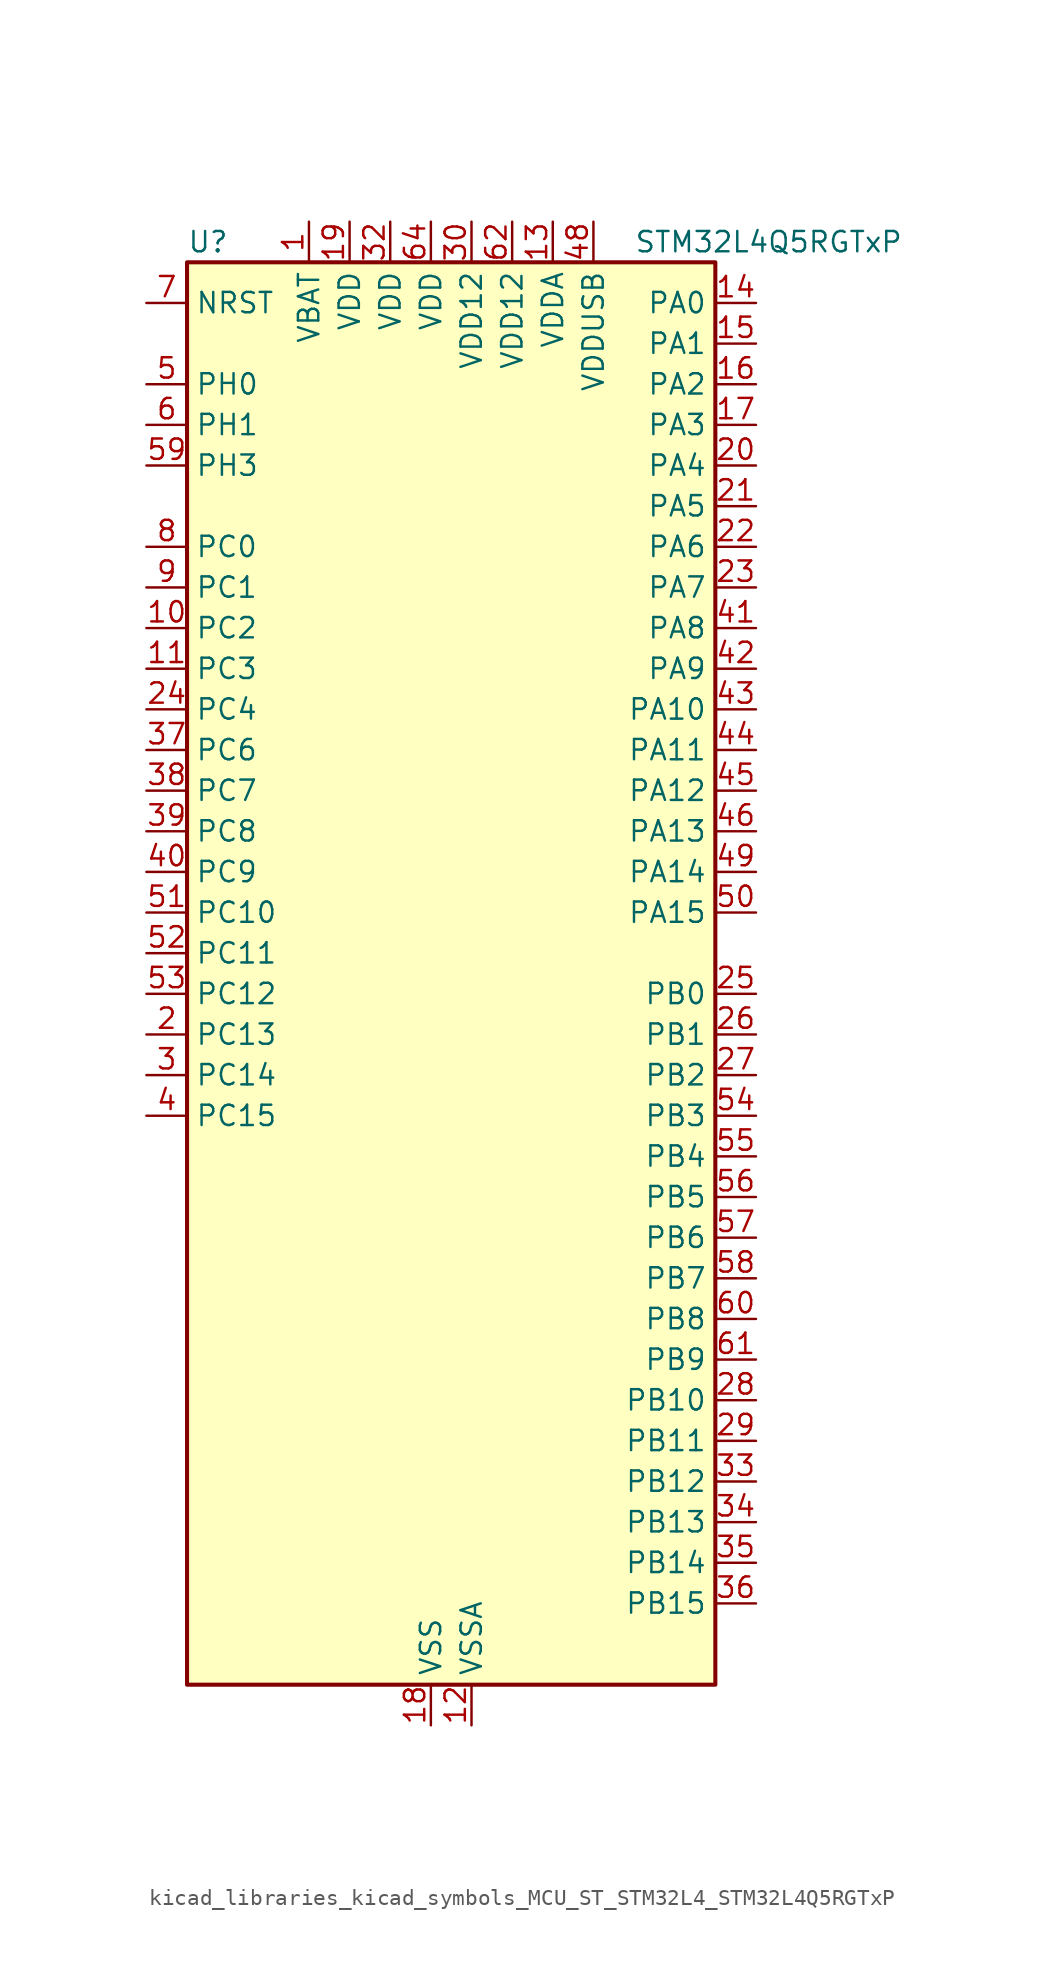
<source format=kicad_sym>
(kicad_symbol_lib
  (version 20220914)
  (generator kicad_symbol_editor)
  (symbol "kicad_libraries_kicad_symbols_MCU_ST_STM32L4_STM32L4Q5RGTxP"
    (property "Reference" "U"
      (at -15.24 46.99 0)
      (effects (font (size 1.27 1.27)) (justify left)))
    (property "Value" "STM32L4Q5RGTxP"
      (at 12.7 46.99 0)
      (effects (font (size 1.27 1.27)) (justify left)))
    (property "ki_locked" ""
      (at 0 0 0)
      (effects (font (size 1.27 1.27))))
    (symbol "kicad_libraries_kicad_symbols_MCU_ST_STM32L4_STM32L4Q5RGTxP_0_1"
      (rectangle (start -15.24 -43.18) (end 17.78 45.72) (stroke (width 0.254) (type default)) (fill (type background))))
    (symbol "kicad_libraries_kicad_symbols_MCU_ST_STM32L4_STM32L4Q5RGTxP_1_1"
      (pin power_in line (at -7.62 48.26 270) (length 2.54) (name "VBAT" (effects (font (size 1.27 1.27)))) (number "1" (effects (font (size 1.27 1.27)))))
      (pin bidirectional line (at -17.78 22.86 0) (length 2.54) (name "PC2" (effects (font (size 1.27 1.27)))) (number "10" (effects (font (size 1.27 1.27)))) (alternate "ADC1_IN3" bidirectional line) (alternate "ADC2_IN3" bidirectional line) (alternate "DFSDM1_CKOUT" bidirectional line) (alternate "LPTIM1_IN2" bidirectional line) (alternate "LTDC_HSYNC" bidirectional line) (alternate "OCTOSPIM_P1_IO5" bidirectional line) (alternate "SPI2_MISO" bidirectional line))
      (pin bidirectional line (at -17.78 20.32 0) (length 2.54) (name "PC3" (effects (font (size 1.27 1.27)))) (number "11" (effects (font (size 1.27 1.27)))) (alternate "ADC1_IN4" bidirectional line) (alternate "ADC2_IN4" bidirectional line) (alternate "LPTIM1_ETR" bidirectional line) (alternate "LPTIM2_ETR" bidirectional line) (alternate "OCTOSPIM_P1_IO6" bidirectional line) (alternate "SAI1_D1" bidirectional line) (alternate "SAI1_SD_A" bidirectional line) (alternate "SPI2_MOSI" bidirectional line))
      (pin power_in line (at 2.54 -45.72 90) (length 2.54) (name "VSSA" (effects (font (size 1.27 1.27)))) (number "12" (effects (font (size 1.27 1.27)))))
      (pin power_in line (at 7.62 48.26 270) (length 2.54) (name "VDDA" (effects (font (size 1.27 1.27)))) (number "13" (effects (font (size 1.27 1.27)))))
      (pin bidirectional line (at 20.32 43.18 180) (length 2.54) (name "PA0" (effects (font (size 1.27 1.27)))) (number "14" (effects (font (size 1.27 1.27)))) (alternate "ADC1_IN5" bidirectional line) (alternate "ADC2_IN5" bidirectional line) (alternate "OPAMP1_VINP" bidirectional line) (alternate "RTC_TAMP2" bidirectional line) (alternate "SAI1_EXTCLK" bidirectional line) (alternate "SYS_WKUP1" bidirectional line) (alternate "TIM2_CH1" bidirectional line) (alternate "TIM2_ETR" bidirectional line) (alternate "TIM5_CH1" bidirectional line) (alternate "TIM8_ETR" bidirectional line) (alternate "UART4_TX" bidirectional line) (alternate "USART2_CTS" bidirectional line) (alternate "USART2_NSS" bidirectional line))
      (pin bidirectional line (at 20.32 40.64 180) (length 2.54) (name "PA1" (effects (font (size 1.27 1.27)))) (number "15" (effects (font (size 1.27 1.27)))) (alternate "ADC1_IN6" bidirectional line) (alternate "ADC2_IN6" bidirectional line) (alternate "I2C1_SMBA" bidirectional line) (alternate "OCTOSPIM_P1_DQS" bidirectional line) (alternate "OPAMP1_VINM" bidirectional line) (alternate "SDMMC2_CMD" bidirectional line) (alternate "SPI1_SCK" bidirectional line) (alternate "TIM15_CH1N" bidirectional line) (alternate "TIM2_CH2" bidirectional line) (alternate "TIM5_CH2" bidirectional line) (alternate "UART4_RX" bidirectional line) (alternate "USART2_DE" bidirectional line) (alternate "USART2_RTS" bidirectional line))
      (pin bidirectional line (at 20.32 38.1 180) (length 2.54) (name "PA2" (effects (font (size 1.27 1.27)))) (number "16" (effects (font (size 1.27 1.27)))) (alternate "ADC1_IN7" bidirectional line) (alternate "ADC2_IN7" bidirectional line) (alternate "LPUART1_TX" bidirectional line) (alternate "OCTOSPIM_P1_NCS" bidirectional line) (alternate "RCC_LSCO" bidirectional line) (alternate "SAI2_EXTCLK" bidirectional line) (alternate "SYS_WKUP4" bidirectional line) (alternate "TIM15_CH1" bidirectional line) (alternate "TIM2_CH3" bidirectional line) (alternate "TIM5_CH3" bidirectional line) (alternate "USART2_TX" bidirectional line))
      (pin bidirectional line (at 20.32 35.56 180) (length 2.54) (name "PA3" (effects (font (size 1.27 1.27)))) (number "17" (effects (font (size 1.27 1.27)))) (alternate "ADC1_IN8" bidirectional line) (alternate "ADC2_IN8" bidirectional line) (alternate "LPUART1_RX" bidirectional line) (alternate "OCTOSPIM_P1_CLK" bidirectional line) (alternate "OPAMP1_VOUT" bidirectional line) (alternate "SAI1_CK1" bidirectional line) (alternate "SAI1_MCLK_A" bidirectional line) (alternate "TIM15_CH2" bidirectional line) (alternate "TIM2_CH4" bidirectional line) (alternate "TIM5_CH4" bidirectional line) (alternate "USART2_RX" bidirectional line))
      (pin power_in line (at 0 -45.72 90) (length 2.54) (name "VSS" (effects (font (size 1.27 1.27)))) (number "18" (effects (font (size 1.27 1.27)))))
      (pin power_in line (at -5.08 48.26 270) (length 2.54) (name "VDD" (effects (font (size 1.27 1.27)))) (number "19" (effects (font (size 1.27 1.27)))))
      (pin bidirectional line (at -17.78 -2.54 0) (length 2.54) (name "PC13" (effects (font (size 1.27 1.27)))) (number "2" (effects (font (size 1.27 1.27)))) (alternate "RTC_OUT1" bidirectional line) (alternate "RTC_TAMP1" bidirectional line) (alternate "RTC_TS" bidirectional line) (alternate "SYS_WKUP2" bidirectional line))
      (pin bidirectional line (at 20.32 33.02 180) (length 2.54) (name "PA4" (effects (font (size 1.27 1.27)))) (number "20" (effects (font (size 1.27 1.27)))) (alternate "ADC1_IN9" bidirectional line) (alternate "ADC2_IN9" bidirectional line) (alternate "DAC1_OUT1" bidirectional line) (alternate "DCMI_HSYNC" bidirectional line) (alternate "LPTIM2_OUT" bidirectional line) (alternate "LTDC_CLK" bidirectional line) (alternate "OCTOSPIM_P1_NCS" bidirectional line) (alternate "PSSI_DE" bidirectional line) (alternate "SAI1_FS_B" bidirectional line) (alternate "SPI1_NSS" bidirectional line) (alternate "SPI3_NSS" bidirectional line) (alternate "USART2_CK" bidirectional line))
      (pin bidirectional line (at 20.32 30.48 180) (length 2.54) (name "PA5" (effects (font (size 1.27 1.27)))) (number "21" (effects (font (size 1.27 1.27)))) (alternate "ADC1_IN10" bidirectional line) (alternate "ADC2_IN10" bidirectional line) (alternate "DAC1_OUT2" bidirectional line) (alternate "LPTIM2_ETR" bidirectional line) (alternate "LTDC_R7" bidirectional line) (alternate "PSSI_D14" bidirectional line) (alternate "SPI1_SCK" bidirectional line) (alternate "TIM2_CH1" bidirectional line) (alternate "TIM2_ETR" bidirectional line) (alternate "TIM8_CH1N" bidirectional line))
      (pin bidirectional line (at 20.32 27.94 180) (length 2.54) (name "PA6" (effects (font (size 1.27 1.27)))) (number "22" (effects (font (size 1.27 1.27)))) (alternate "ADC1_IN11" bidirectional line) (alternate "ADC2_IN11" bidirectional line) (alternate "DCMI_PIXCLK" bidirectional line) (alternate "LPUART1_CTS" bidirectional line) (alternate "OCTOSPIM_P1_IO3" bidirectional line) (alternate "OPAMP2_VINP" bidirectional line) (alternate "PSSI_PDCK" bidirectional line) (alternate "SPI1_MISO" bidirectional line) (alternate "TIM16_CH1" bidirectional line) (alternate "TIM1_BKIN" bidirectional line) (alternate "TIM3_CH1" bidirectional line) (alternate "TIM8_BKIN" bidirectional line) (alternate "USART3_CTS" bidirectional line) (alternate "USART3_NSS" bidirectional line))
      (pin bidirectional line (at 20.32 25.4 180) (length 2.54) (name "PA7" (effects (font (size 1.27 1.27)))) (number "23" (effects (font (size 1.27 1.27)))) (alternate "ADC1_IN12" bidirectional line) (alternate "ADC2_IN12" bidirectional line) (alternate "I2C3_SCL" bidirectional line) (alternate "OCTOSPIM_P1_IO2" bidirectional line) (alternate "OPAMP2_VINM" bidirectional line) (alternate "SPI1_MOSI" bidirectional line) (alternate "TIM17_CH1" bidirectional line) (alternate "TIM1_CH1N" bidirectional line) (alternate "TIM3_CH2" bidirectional line) (alternate "TIM8_CH1N" bidirectional line))
      (pin bidirectional line (at -17.78 17.78 0) (length 2.54) (name "PC4" (effects (font (size 1.27 1.27)))) (number "24" (effects (font (size 1.27 1.27)))) (alternate "ADC1_IN13" bidirectional line) (alternate "ADC2_IN13" bidirectional line) (alternate "COMP1_INM" bidirectional line) (alternate "OCTOSPIM_P1_IO7" bidirectional line) (alternate "OCTOSPIM_P2_NCS" bidirectional line) (alternate "USART3_TX" bidirectional line))
      (pin bidirectional line (at 20.32 0 180) (length 2.54) (name "PB0" (effects (font (size 1.27 1.27)))) (number "25" (effects (font (size 1.27 1.27)))) (alternate "ADC1_IN15" bidirectional line) (alternate "ADC2_IN15" bidirectional line) (alternate "COMP1_OUT" bidirectional line) (alternate "LTDC_B6" bidirectional line) (alternate "OCTOSPIM_P1_IO1" bidirectional line) (alternate "OPAMP2_VOUT" bidirectional line) (alternate "SAI1_EXTCLK" bidirectional line) (alternate "SPI1_NSS" bidirectional line) (alternate "TIM1_CH2N" bidirectional line) (alternate "TIM3_CH3" bidirectional line) (alternate "TIM8_CH2N" bidirectional line) (alternate "USART3_CK" bidirectional line))
      (pin bidirectional line (at 20.32 -2.54 180) (length 2.54) (name "PB1" (effects (font (size 1.27 1.27)))) (number "26" (effects (font (size 1.27 1.27)))) (alternate "ADC1_IN16" bidirectional line) (alternate "ADC2_IN16" bidirectional line) (alternate "COMP1_INM" bidirectional line) (alternate "DFSDM1_DATIN0" bidirectional line) (alternate "LPTIM2_IN1" bidirectional line) (alternate "LPUART1_DE" bidirectional line) (alternate "LPUART1_RTS" bidirectional line) (alternate "LTDC_G6" bidirectional line) (alternate "OCTOSPIM_P1_IO0" bidirectional line) (alternate "TIM1_CH3N" bidirectional line) (alternate "TIM3_CH4" bidirectional line) (alternate "TIM8_CH3N" bidirectional line) (alternate "USART3_DE" bidirectional line) (alternate "USART3_RTS" bidirectional line))
      (pin bidirectional line (at 20.32 -5.08 180) (length 2.54) (name "PB2" (effects (font (size 1.27 1.27)))) (number "27" (effects (font (size 1.27 1.27)))) (alternate "COMP1_INP" bidirectional line) (alternate "DFSDM1_CKIN0" bidirectional line) (alternate "I2C3_SMBA" bidirectional line) (alternate "LPTIM1_OUT" bidirectional line) (alternate "OCTOSPIM_P1_DQS" bidirectional line) (alternate "RTC_OUT2" bidirectional line))
      (pin bidirectional line (at 20.32 -25.4 180) (length 2.54) (name "PB10" (effects (font (size 1.27 1.27)))) (number "28" (effects (font (size 1.27 1.27)))) (alternate "COMP1_OUT" bidirectional line) (alternate "I2C2_SCL" bidirectional line) (alternate "I2C4_SCL" bidirectional line) (alternate "LPUART1_RX" bidirectional line) (alternate "OCTOSPIM_P1_CLK" bidirectional line) (alternate "OCTOSPIM_P1_IO3" bidirectional line) (alternate "SAI1_SCK_A" bidirectional line) (alternate "SPI2_SCK" bidirectional line) (alternate "TIM2_CH3" bidirectional line) (alternate "TSC_SYNC" bidirectional line) (alternate "USART3_TX" bidirectional line))
      (pin bidirectional line (at 20.32 -27.94 180) (length 2.54) (name "PB11" (effects (font (size 1.27 1.27)))) (number "29" (effects (font (size 1.27 1.27)))) (alternate "ADC1_EXTI11" bidirectional line) (alternate "ADC2_EXTI11" bidirectional line) (alternate "COMP2_OUT" bidirectional line) (alternate "I2C2_SDA" bidirectional line) (alternate "I2C4_SDA" bidirectional line) (alternate "LPUART1_TX" bidirectional line) (alternate "LTDC_VSYNC" bidirectional line) (alternate "OCTOSPIM_P1_NCS" bidirectional line) (alternate "TIM2_CH4" bidirectional line) (alternate "USART3_RX" bidirectional line))
      (pin bidirectional line (at -17.78 -5.08 0) (length 2.54) (name "PC14" (effects (font (size 1.27 1.27)))) (number "3" (effects (font (size 1.27 1.27)))) (alternate "RCC_OSC32_IN" bidirectional line))
      (pin power_in line (at 2.54 48.26 270) (length 2.54) (name "VDD12" (effects (font (size 1.27 1.27)))) (number "30" (effects (font (size 1.27 1.27)))))
      (pin passive line (at 0 -45.72 90) (length 2.54) hide (name "VSS" (effects (font (size 1.27 1.27)))) (number "31" (effects (font (size 1.27 1.27)))))
      (pin power_in line (at -2.54 48.26 270) (length 2.54) (name "VDD" (effects (font (size 1.27 1.27)))) (number "32" (effects (font (size 1.27 1.27)))))
      (pin bidirectional line (at 20.32 -30.48 180) (length 2.54) (name "PB12" (effects (font (size 1.27 1.27)))) (number "33" (effects (font (size 1.27 1.27)))) (alternate "DFSDM1_DATIN1" bidirectional line) (alternate "I2C2_SMBA" bidirectional line) (alternate "LPUART1_DE" bidirectional line) (alternate "LPUART1_RTS" bidirectional line) (alternate "OCTOSPIM_P1_NCLK" bidirectional line) (alternate "SAI2_FS_A" bidirectional line) (alternate "SDMMC2_CK" bidirectional line) (alternate "SPI2_NSS" bidirectional line) (alternate "TIM15_BKIN" bidirectional line) (alternate "TIM1_BKIN" bidirectional line) (alternate "TSC_G1_IO1" bidirectional line) (alternate "USART3_CK" bidirectional line))
      (pin bidirectional line (at 20.32 -33.02 180) (length 2.54) (name "PB13" (effects (font (size 1.27 1.27)))) (number "34" (effects (font (size 1.27 1.27)))) (alternate "DFSDM1_CKIN1" bidirectional line) (alternate "I2C2_SCL" bidirectional line) (alternate "LPUART1_CTS" bidirectional line) (alternate "OCTOSPIM_P1_IO1" bidirectional line) (alternate "SAI2_SCK_A" bidirectional line) (alternate "SPI2_SCK" bidirectional line) (alternate "TIM15_CH1N" bidirectional line) (alternate "TIM1_CH1N" bidirectional line) (alternate "TSC_G1_IO2" bidirectional line) (alternate "USART3_CTS" bidirectional line) (alternate "USART3_NSS" bidirectional line))
      (pin bidirectional line (at 20.32 -35.56 180) (length 2.54) (name "PB14" (effects (font (size 1.27 1.27)))) (number "35" (effects (font (size 1.27 1.27)))) (alternate "DFSDM1_DATIN2" bidirectional line) (alternate "I2C2_SDA" bidirectional line) (alternate "OCTOSPIM_P1_IO6" bidirectional line) (alternate "SAI2_MCLK_A" bidirectional line) (alternate "SDMMC2_D0" bidirectional line) (alternate "SPI2_MISO" bidirectional line) (alternate "TIM15_CH1" bidirectional line) (alternate "TIM1_CH2N" bidirectional line) (alternate "TIM8_CH2N" bidirectional line) (alternate "TSC_G1_IO3" bidirectional line) (alternate "USART3_DE" bidirectional line) (alternate "USART3_RTS" bidirectional line))
      (pin bidirectional line (at 20.32 -38.1 180) (length 2.54) (name "PB15" (effects (font (size 1.27 1.27)))) (number "36" (effects (font (size 1.27 1.27)))) (alternate "ADC1_EXTI15" bidirectional line) (alternate "ADC2_EXTI15" bidirectional line) (alternate "DFSDM1_CKIN2" bidirectional line) (alternate "OCTOSPIM_P1_IO7" bidirectional line) (alternate "RTC_REFIN" bidirectional line) (alternate "SAI2_SD_A" bidirectional line) (alternate "SDMMC2_D1" bidirectional line) (alternate "SPI2_MOSI" bidirectional line) (alternate "TIM15_CH2" bidirectional line) (alternate "TIM1_CH3N" bidirectional line) (alternate "TIM8_CH3N" bidirectional line) (alternate "TSC_G1_IO4" bidirectional line))
      (pin bidirectional line (at -17.78 15.24 0) (length 2.54) (name "PC6" (effects (font (size 1.27 1.27)))) (number "37" (effects (font (size 1.27 1.27)))) (alternate "DCMI_D0" bidirectional line) (alternate "DFSDM1_CKIN3" bidirectional line) (alternate "LTDC_G7" bidirectional line) (alternate "PSSI_D0" bidirectional line) (alternate "SAI2_MCLK_A" bidirectional line) (alternate "SDMMC1_D0DIR" bidirectional line) (alternate "SDMMC1_D6" bidirectional line) (alternate "SDMMC2_D6" bidirectional line) (alternate "TIM3_CH1" bidirectional line) (alternate "TIM8_CH1" bidirectional line) (alternate "TSC_G4_IO1" bidirectional line))
      (pin bidirectional line (at -17.78 12.7 0) (length 2.54) (name "PC7" (effects (font (size 1.27 1.27)))) (number "38" (effects (font (size 1.27 1.27)))) (alternate "DCMI_D1" bidirectional line) (alternate "DFSDM1_DATIN3" bidirectional line) (alternate "LTDC_B6" bidirectional line) (alternate "PSSI_D1" bidirectional line) (alternate "SAI2_MCLK_B" bidirectional line) (alternate "SDMMC1_D123DIR" bidirectional line) (alternate "SDMMC1_D7" bidirectional line) (alternate "SDMMC2_D7" bidirectional line) (alternate "TIM3_CH2" bidirectional line) (alternate "TIM8_CH2" bidirectional line) (alternate "TSC_G4_IO2" bidirectional line))
      (pin bidirectional line (at -17.78 10.16 0) (length 2.54) (name "PC8" (effects (font (size 1.27 1.27)))) (number "39" (effects (font (size 1.27 1.27)))) (alternate "DCMI_D2" bidirectional line) (alternate "PSSI_D2" bidirectional line) (alternate "SDMMC1_D0" bidirectional line) (alternate "TIM3_CH3" bidirectional line) (alternate "TIM8_CH3" bidirectional line) (alternate "TSC_G4_IO3" bidirectional line))
      (pin bidirectional line (at -17.78 -7.62 0) (length 2.54) (name "PC15" (effects (font (size 1.27 1.27)))) (number "4" (effects (font (size 1.27 1.27)))) (alternate "ADC1_EXTI15" bidirectional line) (alternate "ADC2_EXTI15" bidirectional line) (alternate "RCC_OSC32_OUT" bidirectional line))
      (pin bidirectional line (at -17.78 7.62 0) (length 2.54) (name "PC9" (effects (font (size 1.27 1.27)))) (number "40" (effects (font (size 1.27 1.27)))) (alternate "DAC1_EXTI9" bidirectional line) (alternate "DCMI_D3" bidirectional line) (alternate "I2C3_SDA" bidirectional line) (alternate "PSSI_D3" bidirectional line) (alternate "SAI2_EXTCLK" bidirectional line) (alternate "SDMMC1_D1" bidirectional line) (alternate "SYS_TRACED0" bidirectional line) (alternate "TIM3_CH4" bidirectional line) (alternate "TIM8_BKIN2" bidirectional line) (alternate "TIM8_CH4" bidirectional line) (alternate "TSC_G4_IO4" bidirectional line) (alternate "USB_OTG_FS_NOE" bidirectional line))
      (pin bidirectional line (at 20.32 22.86 180) (length 2.54) (name "PA8" (effects (font (size 1.27 1.27)))) (number "41" (effects (font (size 1.27 1.27)))) (alternate "LPTIM2_OUT" bidirectional line) (alternate "LTDC_B7" bidirectional line) (alternate "RCC_MCO" bidirectional line) (alternate "SAI1_CK2" bidirectional line) (alternate "SAI1_SCK_A" bidirectional line) (alternate "TIM1_CH1" bidirectional line) (alternate "USART1_CK" bidirectional line) (alternate "USB_OTG_FS_SOF" bidirectional line))
      (pin bidirectional line (at 20.32 20.32 180) (length 2.54) (name "PA9" (effects (font (size 1.27 1.27)))) (number "42" (effects (font (size 1.27 1.27)))) (alternate "DAC1_EXTI9" bidirectional line) (alternate "DCMI_D0" bidirectional line) (alternate "LTDC_G7" bidirectional line) (alternate "PSSI_D0" bidirectional line) (alternate "SAI1_FS_A" bidirectional line) (alternate "SPI2_SCK" bidirectional line) (alternate "TIM15_BKIN" bidirectional line) (alternate "TIM1_CH2" bidirectional line) (alternate "USART1_TX" bidirectional line) (alternate "USB_OTG_FS_VBUS" bidirectional line))
      (pin bidirectional line (at 20.32 17.78 180) (length 2.54) (name "PA10" (effects (font (size 1.27 1.27)))) (number "43" (effects (font (size 1.27 1.27)))) (alternate "DCMI_D1" bidirectional line) (alternate "LTDC_G6" bidirectional line) (alternate "PSSI_D1" bidirectional line) (alternate "SAI1_D1" bidirectional line) (alternate "SAI1_SD_A" bidirectional line) (alternate "TIM17_BKIN" bidirectional line) (alternate "TIM1_CH3" bidirectional line) (alternate "USART1_RX" bidirectional line) (alternate "USB_OTG_FS_ID" bidirectional line))
      (pin bidirectional line (at 20.32 15.24 180) (length 2.54) (name "PA11" (effects (font (size 1.27 1.27)))) (number "44" (effects (font (size 1.27 1.27)))) (alternate "ADC1_EXTI11" bidirectional line) (alternate "ADC2_EXTI11" bidirectional line) (alternate "CAN1_RX" bidirectional line) (alternate "LTDC_DE" bidirectional line) (alternate "SPI1_MISO" bidirectional line) (alternate "TIM1_BKIN2" bidirectional line) (alternate "TIM1_CH4" bidirectional line) (alternate "USART1_CTS" bidirectional line) (alternate "USART1_NSS" bidirectional line) (alternate "USB_OTG_FS_DM" bidirectional line))
      (pin bidirectional line (at 20.32 12.7 180) (length 2.54) (name "PA12" (effects (font (size 1.27 1.27)))) (number "45" (effects (font (size 1.27 1.27)))) (alternate "CAN1_TX" bidirectional line) (alternate "LTDC_VSYNC" bidirectional line) (alternate "OCTOSPIM_P2_NCS" bidirectional line) (alternate "SPI1_MOSI" bidirectional line) (alternate "TIM1_ETR" bidirectional line) (alternate "USART1_DE" bidirectional line) (alternate "USART1_RTS" bidirectional line) (alternate "USB_OTG_FS_DP" bidirectional line))
      (pin bidirectional line (at 20.32 10.16 180) (length 2.54) (name "PA13" (effects (font (size 1.27 1.27)))) (number "46" (effects (font (size 1.27 1.27)))) (alternate "IR_OUT" bidirectional line) (alternate "SAI1_SD_B" bidirectional line) (alternate "SYS_JTMS-SWDIO" bidirectional line) (alternate "USB_OTG_FS_NOE" bidirectional line))
      (pin passive line (at 0 -45.72 90) (length 2.54) hide (name "VSS" (effects (font (size 1.27 1.27)))) (number "47" (effects (font (size 1.27 1.27)))))
      (pin power_in line (at 10.16 48.26 270) (length 2.54) (name "VDDUSB" (effects (font (size 1.27 1.27)))) (number "48" (effects (font (size 1.27 1.27)))))
      (pin bidirectional line (at 20.32 7.62 180) (length 2.54) (name "PA14" (effects (font (size 1.27 1.27)))) (number "49" (effects (font (size 1.27 1.27)))) (alternate "I2C1_SMBA" bidirectional line) (alternate "I2C4_SMBA" bidirectional line) (alternate "LPTIM1_OUT" bidirectional line) (alternate "SAI1_FS_B" bidirectional line) (alternate "SYS_JTCK-SWCLK" bidirectional line) (alternate "USB_OTG_FS_SOF" bidirectional line))
      (pin bidirectional line (at -17.78 38.1 0) (length 2.54) (name "PH0" (effects (font (size 1.27 1.27)))) (number "5" (effects (font (size 1.27 1.27)))) (alternate "RCC_OSC_IN" bidirectional line))
      (pin bidirectional line (at 20.32 5.08 180) (length 2.54) (name "PA15" (effects (font (size 1.27 1.27)))) (number "50" (effects (font (size 1.27 1.27)))) (alternate "ADC1_EXTI15" bidirectional line) (alternate "ADC2_EXTI15" bidirectional line) (alternate "LTDC_HSYNC" bidirectional line) (alternate "SAI2_FS_B" bidirectional line) (alternate "SPI1_NSS" bidirectional line) (alternate "SPI3_NSS" bidirectional line) (alternate "SYS_JTDI" bidirectional line) (alternate "TIM2_CH1" bidirectional line) (alternate "TIM2_ETR" bidirectional line) (alternate "TSC_G3_IO1" bidirectional line) (alternate "UART4_DE" bidirectional line) (alternate "UART4_RTS" bidirectional line) (alternate "USART2_RX" bidirectional line) (alternate "USART3_DE" bidirectional line) (alternate "USART3_RTS" bidirectional line))
      (pin bidirectional line (at -17.78 5.08 0) (length 2.54) (name "PC10" (effects (font (size 1.27 1.27)))) (number "51" (effects (font (size 1.27 1.27)))) (alternate "DCMI_D8" bidirectional line) (alternate "DCMI_VSYNC" bidirectional line) (alternate "PSSI_D8" bidirectional line) (alternate "PSSI_RDY" bidirectional line) (alternate "SAI2_SCK_B" bidirectional line) (alternate "SDMMC1_D2" bidirectional line) (alternate "SPI3_SCK" bidirectional line) (alternate "SYS_TRACED1" bidirectional line) (alternate "TSC_G3_IO2" bidirectional line) (alternate "UART4_TX" bidirectional line) (alternate "USART3_TX" bidirectional line))
      (pin bidirectional line (at -17.78 2.54 0) (length 2.54) (name "PC11" (effects (font (size 1.27 1.27)))) (number "52" (effects (font (size 1.27 1.27)))) (alternate "ADC1_EXTI11" bidirectional line) (alternate "ADC2_EXTI11" bidirectional line) (alternate "DCMI_D2" bidirectional line) (alternate "DCMI_D4" bidirectional line) (alternate "OCTOSPIM_P1_NCS" bidirectional line) (alternate "PSSI_D2" bidirectional line) (alternate "PSSI_D4" bidirectional line) (alternate "SAI2_MCLK_B" bidirectional line) (alternate "SDMMC1_D3" bidirectional line) (alternate "SPI3_MISO" bidirectional line) (alternate "TSC_G3_IO3" bidirectional line) (alternate "UART4_RX" bidirectional line) (alternate "USART3_RX" bidirectional line))
      (pin bidirectional line (at -17.78 0 0) (length 2.54) (name "PC12" (effects (font (size 1.27 1.27)))) (number "53" (effects (font (size 1.27 1.27)))) (alternate "DCMI_D9" bidirectional line) (alternate "LTDC_R6" bidirectional line) (alternate "PSSI_D9" bidirectional line) (alternate "SAI2_SD_B" bidirectional line) (alternate "SDMMC1_CK" bidirectional line) (alternate "SPI3_MOSI" bidirectional line) (alternate "SYS_TRACED3" bidirectional line) (alternate "TSC_G3_IO4" bidirectional line) (alternate "USART3_CK" bidirectional line))
      (pin bidirectional line (at 20.32 -7.62 180) (length 2.54) (name "PB3" (effects (font (size 1.27 1.27)))) (number "54" (effects (font (size 1.27 1.27)))) (alternate "COMP2_INM" bidirectional line) (alternate "CRS_SYNC" bidirectional line) (alternate "OCTOSPIM_P1_IO4" bidirectional line) (alternate "SAI1_SCK_B" bidirectional line) (alternate "SDMMC2_D2" bidirectional line) (alternate "SPI1_SCK" bidirectional line) (alternate "SPI3_SCK" bidirectional line) (alternate "SYS_JTDO-SWO" bidirectional line) (alternate "TIM2_CH2" bidirectional line) (alternate "USART1_DE" bidirectional line) (alternate "USART1_RTS" bidirectional line))
      (pin bidirectional line (at 20.32 -10.16 180) (length 2.54) (name "PB4" (effects (font (size 1.27 1.27)))) (number "55" (effects (font (size 1.27 1.27)))) (alternate "COMP2_INP" bidirectional line) (alternate "DCMI_D12" bidirectional line) (alternate "I2C3_SDA" bidirectional line) (alternate "OCTOSPIM_P1_IO5" bidirectional line) (alternate "PSSI_D12" bidirectional line) (alternate "SAI1_MCLK_B" bidirectional line) (alternate "SDMMC2_D3" bidirectional line) (alternate "SPI1_MISO" bidirectional line) (alternate "SPI3_MISO" bidirectional line) (alternate "SYS_JTRST" bidirectional line) (alternate "TIM17_BKIN" bidirectional line) (alternate "TIM3_CH1" bidirectional line) (alternate "TSC_G2_IO1" bidirectional line) (alternate "USART1_CTS" bidirectional line) (alternate "USART1_NSS" bidirectional line))
      (pin bidirectional line (at 20.32 -12.7 180) (length 2.54) (name "PB5" (effects (font (size 1.27 1.27)))) (number "56" (effects (font (size 1.27 1.27)))) (alternate "COMP2_OUT" bidirectional line) (alternate "DCMI_D10" bidirectional line) (alternate "I2C1_SMBA" bidirectional line) (alternate "LPTIM1_IN1" bidirectional line) (alternate "OCTOSPIM_P1_IO0" bidirectional line) (alternate "PSSI_D10" bidirectional line) (alternate "SAI1_SD_B" bidirectional line) (alternate "SPI1_MOSI" bidirectional line) (alternate "SPI3_MOSI" bidirectional line) (alternate "TIM16_BKIN" bidirectional line) (alternate "TIM3_CH2" bidirectional line) (alternate "TSC_G2_IO2" bidirectional line) (alternate "USART1_CK" bidirectional line))
      (pin bidirectional line (at 20.32 -15.24 180) (length 2.54) (name "PB6" (effects (font (size 1.27 1.27)))) (number "57" (effects (font (size 1.27 1.27)))) (alternate "COMP2_INP" bidirectional line) (alternate "DCMI_D5" bidirectional line) (alternate "I2C1_SCL" bidirectional line) (alternate "I2C4_SCL" bidirectional line) (alternate "LPTIM1_ETR" bidirectional line) (alternate "LTDC_R6" bidirectional line) (alternate "PSSI_D5" bidirectional line) (alternate "SAI1_FS_B" bidirectional line) (alternate "TIM16_CH1N" bidirectional line) (alternate "TIM4_CH1" bidirectional line) (alternate "TIM8_BKIN2" bidirectional line) (alternate "TSC_G2_IO3" bidirectional line) (alternate "USART1_TX" bidirectional line))
      (pin bidirectional line (at 20.32 -17.78 180) (length 2.54) (name "PB7" (effects (font (size 1.27 1.27)))) (number "58" (effects (font (size 1.27 1.27)))) (alternate "COMP2_INM" bidirectional line) (alternate "DCMI_VSYNC" bidirectional line) (alternate "I2C1_SDA" bidirectional line) (alternate "I2C4_SDA" bidirectional line) (alternate "LPTIM1_IN2" bidirectional line) (alternate "LTDC_VSYNC" bidirectional line) (alternate "PSSI_RDY" bidirectional line) (alternate "SYS_PVD_IN" bidirectional line) (alternate "TIM17_CH1N" bidirectional line) (alternate "TIM4_CH2" bidirectional line) (alternate "TIM8_BKIN" bidirectional line) (alternate "TSC_G2_IO4" bidirectional line) (alternate "UART4_CTS" bidirectional line) (alternate "USART1_RX" bidirectional line))
      (pin bidirectional line (at -17.78 33.02 0) (length 2.54) (name "PH3" (effects (font (size 1.27 1.27)))) (number "59" (effects (font (size 1.27 1.27)))))
      (pin bidirectional line (at -17.78 35.56 0) (length 2.54) (name "PH1" (effects (font (size 1.27 1.27)))) (number "6" (effects (font (size 1.27 1.27)))) (alternate "RCC_OSC_OUT" bidirectional line))
      (pin bidirectional line (at 20.32 -20.32 180) (length 2.54) (name "PB8" (effects (font (size 1.27 1.27)))) (number "60" (effects (font (size 1.27 1.27)))) (alternate "CAN1_RX" bidirectional line) (alternate "DCMI_D6" bidirectional line) (alternate "DFSDM1_CKOUT" bidirectional line) (alternate "I2C1_SCL" bidirectional line) (alternate "LTDC_DE" bidirectional line) (alternate "PSSI_D6" bidirectional line) (alternate "SAI1_CK1" bidirectional line) (alternate "SAI1_MCLK_A" bidirectional line) (alternate "SDMMC1_CKIN" bidirectional line) (alternate "SDMMC1_D4" bidirectional line) (alternate "SDMMC2_D4" bidirectional line) (alternate "TIM16_CH1" bidirectional line) (alternate "TIM4_CH3" bidirectional line))
      (pin bidirectional line (at 20.32 -22.86 180) (length 2.54) (name "PB9" (effects (font (size 1.27 1.27)))) (number "61" (effects (font (size 1.27 1.27)))) (alternate "CAN1_TX" bidirectional line) (alternate "DAC1_EXTI9" bidirectional line) (alternate "DCMI_D7" bidirectional line) (alternate "I2C1_SDA" bidirectional line) (alternate "IR_OUT" bidirectional line) (alternate "PSSI_D7" bidirectional line) (alternate "SAI1_D2" bidirectional line) (alternate "SAI1_FS_A" bidirectional line) (alternate "SDMMC1_CDIR" bidirectional line) (alternate "SDMMC1_D5" bidirectional line) (alternate "SDMMC2_D5" bidirectional line) (alternate "SPI2_NSS" bidirectional line) (alternate "TIM17_CH1" bidirectional line) (alternate "TIM4_CH4" bidirectional line))
      (pin power_in line (at 5.08 48.26 270) (length 2.54) (name "VDD12" (effects (font (size 1.27 1.27)))) (number "62" (effects (font (size 1.27 1.27)))))
      (pin passive line (at 0 -45.72 90) (length 2.54) hide (name "VSS" (effects (font (size 1.27 1.27)))) (number "63" (effects (font (size 1.27 1.27)))))
      (pin power_in line (at 0 48.26 270) (length 2.54) (name "VDD" (effects (font (size 1.27 1.27)))) (number "64" (effects (font (size 1.27 1.27)))))
      (pin input line (at -17.78 43.18 0) (length 2.54) (name "NRST" (effects (font (size 1.27 1.27)))) (number "7" (effects (font (size 1.27 1.27)))))
      (pin bidirectional line (at -17.78 27.94 0) (length 2.54) (name "PC0" (effects (font (size 1.27 1.27)))) (number "8" (effects (font (size 1.27 1.27)))) (alternate "ADC1_IN1" bidirectional line) (alternate "ADC2_IN1" bidirectional line) (alternate "I2C3_SCL" bidirectional line) (alternate "LPTIM1_IN1" bidirectional line) (alternate "LPTIM2_IN1" bidirectional line) (alternate "LPUART1_RX" bidirectional line) (alternate "LTDC_DE" bidirectional line) (alternate "SAI2_FS_A" bidirectional line) (alternate "SDMMC1_CMD" bidirectional line) (alternate "SDMMC2_CKIN" bidirectional line))
      (pin bidirectional line (at -17.78 25.4 0) (length 2.54) (name "PC1" (effects (font (size 1.27 1.27)))) (number "9" (effects (font (size 1.27 1.27)))) (alternate "ADC1_IN2" bidirectional line) (alternate "ADC2_IN2" bidirectional line) (alternate "I2C3_SDA" bidirectional line) (alternate "LPTIM1_OUT" bidirectional line) (alternate "LPUART1_TX" bidirectional line) (alternate "OCTOSPIM_P1_IO4" bidirectional line) (alternate "SAI1_SD_A" bidirectional line) (alternate "SPI2_MOSI" bidirectional line) (alternate "SYS_TRACED0" bidirectional line)))))
</source>
